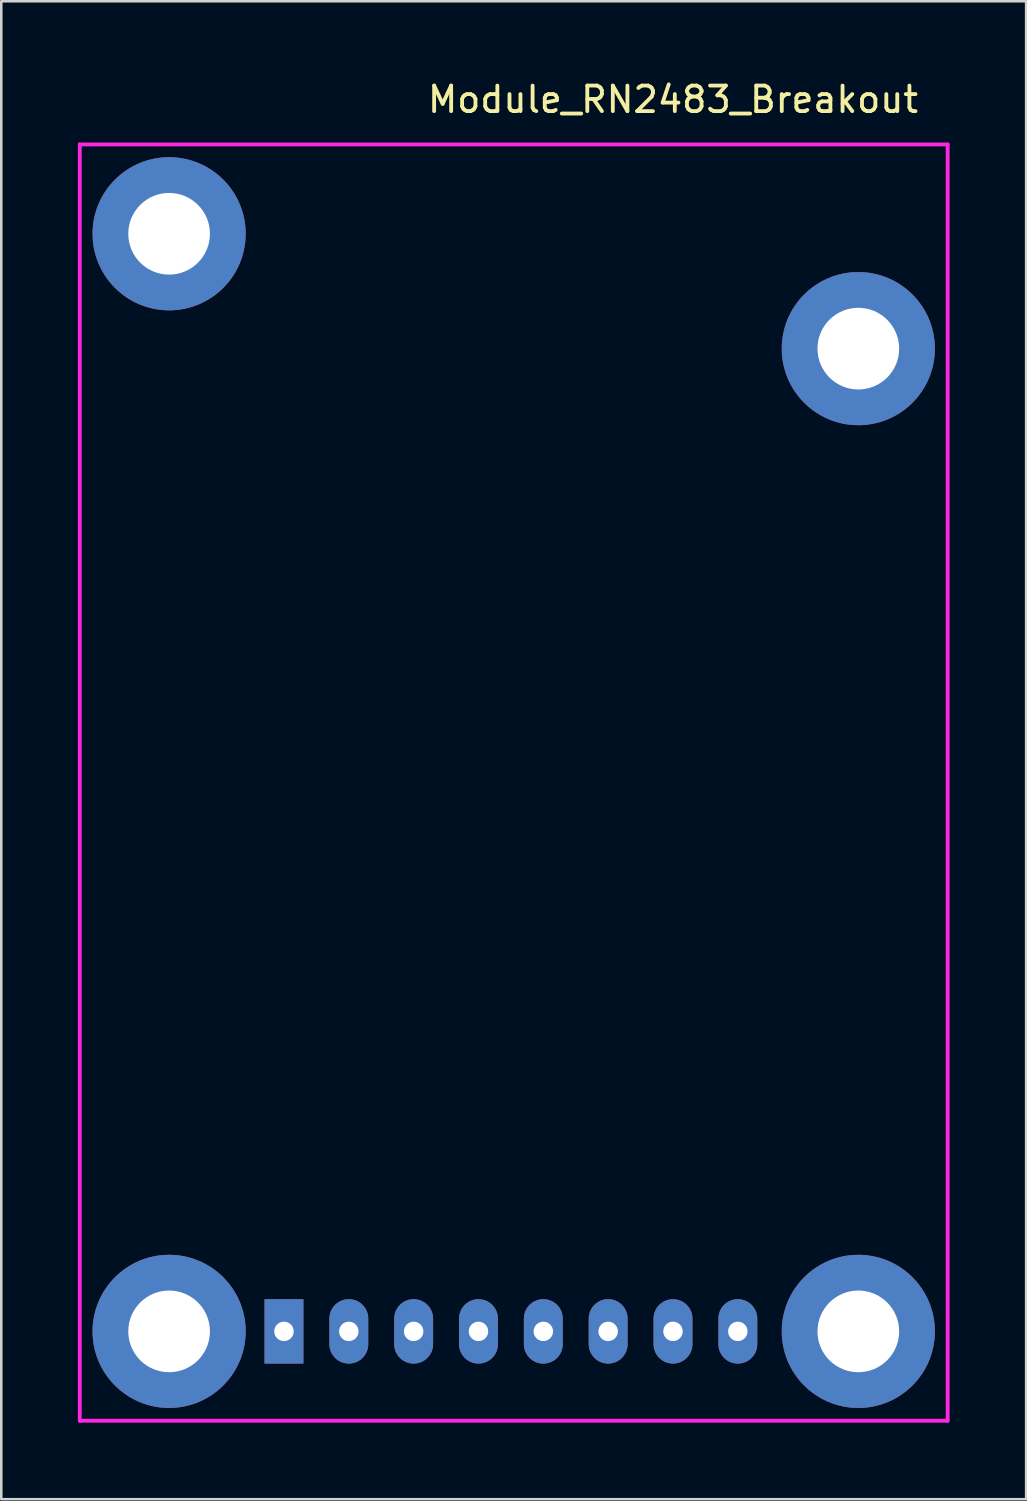
<source format=kicad_pcb>
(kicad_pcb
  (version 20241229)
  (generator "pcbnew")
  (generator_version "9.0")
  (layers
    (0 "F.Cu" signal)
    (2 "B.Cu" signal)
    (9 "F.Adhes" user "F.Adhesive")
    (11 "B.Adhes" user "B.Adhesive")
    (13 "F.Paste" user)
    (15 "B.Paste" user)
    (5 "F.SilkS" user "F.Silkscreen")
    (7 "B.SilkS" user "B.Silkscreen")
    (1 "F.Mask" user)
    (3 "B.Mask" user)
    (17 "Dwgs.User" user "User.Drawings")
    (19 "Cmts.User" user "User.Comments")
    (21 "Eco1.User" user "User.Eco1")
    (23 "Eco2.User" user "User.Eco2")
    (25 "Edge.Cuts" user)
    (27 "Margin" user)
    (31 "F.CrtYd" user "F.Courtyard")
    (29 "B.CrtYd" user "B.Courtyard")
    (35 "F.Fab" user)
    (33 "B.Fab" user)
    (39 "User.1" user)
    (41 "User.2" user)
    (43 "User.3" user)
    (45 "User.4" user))
  (footprint "Module_RN2483_Breakout"
    (layer "F.Cu")
    (at 8.075 49.108)
    (property "Reference" "Module_RN2483_Breakout" (at 15.24 -48.26 0) (layer "F.SilkS") (effects (font (size 1 1) (thickness 0.15))))
    (attr through_hole)
    (fp_line (start -8 -46.5) (end 26 -46.5) (stroke (width 0.15) (type solid)) (layer "F.CrtYd"))
    (fp_line (start -8 3.5) (end -8 -46.5) (stroke (width 0.15) (type solid)) (layer "F.CrtYd"))
    (fp_line (start 26 -46.5) (end 26 3.5) (stroke (width 0.15) (type solid)) (layer "F.CrtYd"))
    (fp_line (start 26 3.5) (end -8 3.5) (stroke (width 0.15) (type solid)) (layer "F.CrtYd"))
    (pad "" np_thru_hole circle (at -4.5 -43) (size 6 6) (drill 3.2) (layers "*.Cu" "*.Mask"))
    (pad "" np_thru_hole circle (at -4.5 0) (size 6 6) (drill 3.2) (layers "*.Cu" "*.Mask"))
    (pad "" np_thru_hole circle (at 22.5 -38.5) (size 6 6) (drill 3.2) (layers "*.Cu" "*.Mask"))
    (pad "" np_thru_hole circle (at 22.5 0) (size 6 6) (drill 3.2) (layers "*.Cu" "*.Mask"))
    (pad "1" thru_hole rect (at 0 0) (size 1.524 2.524) (drill 0.762) (layers "*.Cu" "*.Mask"))
    (pad "2" thru_hole oval (at 2.54 0) (size 1.524 2.524) (drill 0.762) (layers "*.Cu" "*.Mask"))
    (pad "3" thru_hole oval (at 5.08 0) (size 1.524 2.524) (drill 0.762) (layers "*.Cu" "*.Mask"))
    (pad "4" thru_hole oval (at 7.62 0) (size 1.524 2.524) (drill 0.762) (layers "*.Cu" "*.Mask"))
    (pad "5" thru_hole oval (at 10.16 0) (size 1.524 2.524) (drill 0.762) (layers "*.Cu" "*.Mask"))
    (pad "6" thru_hole oval (at 12.7 0) (size 1.524 2.524) (drill 0.762) (layers "*.Cu" "*.Mask"))
    (pad "7" thru_hole oval (at 15.24 0) (size 1.524 2.524) (drill 0.762) (layers "*.Cu" "*.Mask"))
    (pad "8" thru_hole oval (at 17.78 0) (size 1.524 2.524) (drill 0.762) (layers "*.Cu" "*.Mask")))
  (gr_rect
    (start -3 -3)
    (end 37.15 55.683)
    (stroke (width 0.1) (type default))
    (fill no)
    (layer "Edge.Cuts")))
</source>
